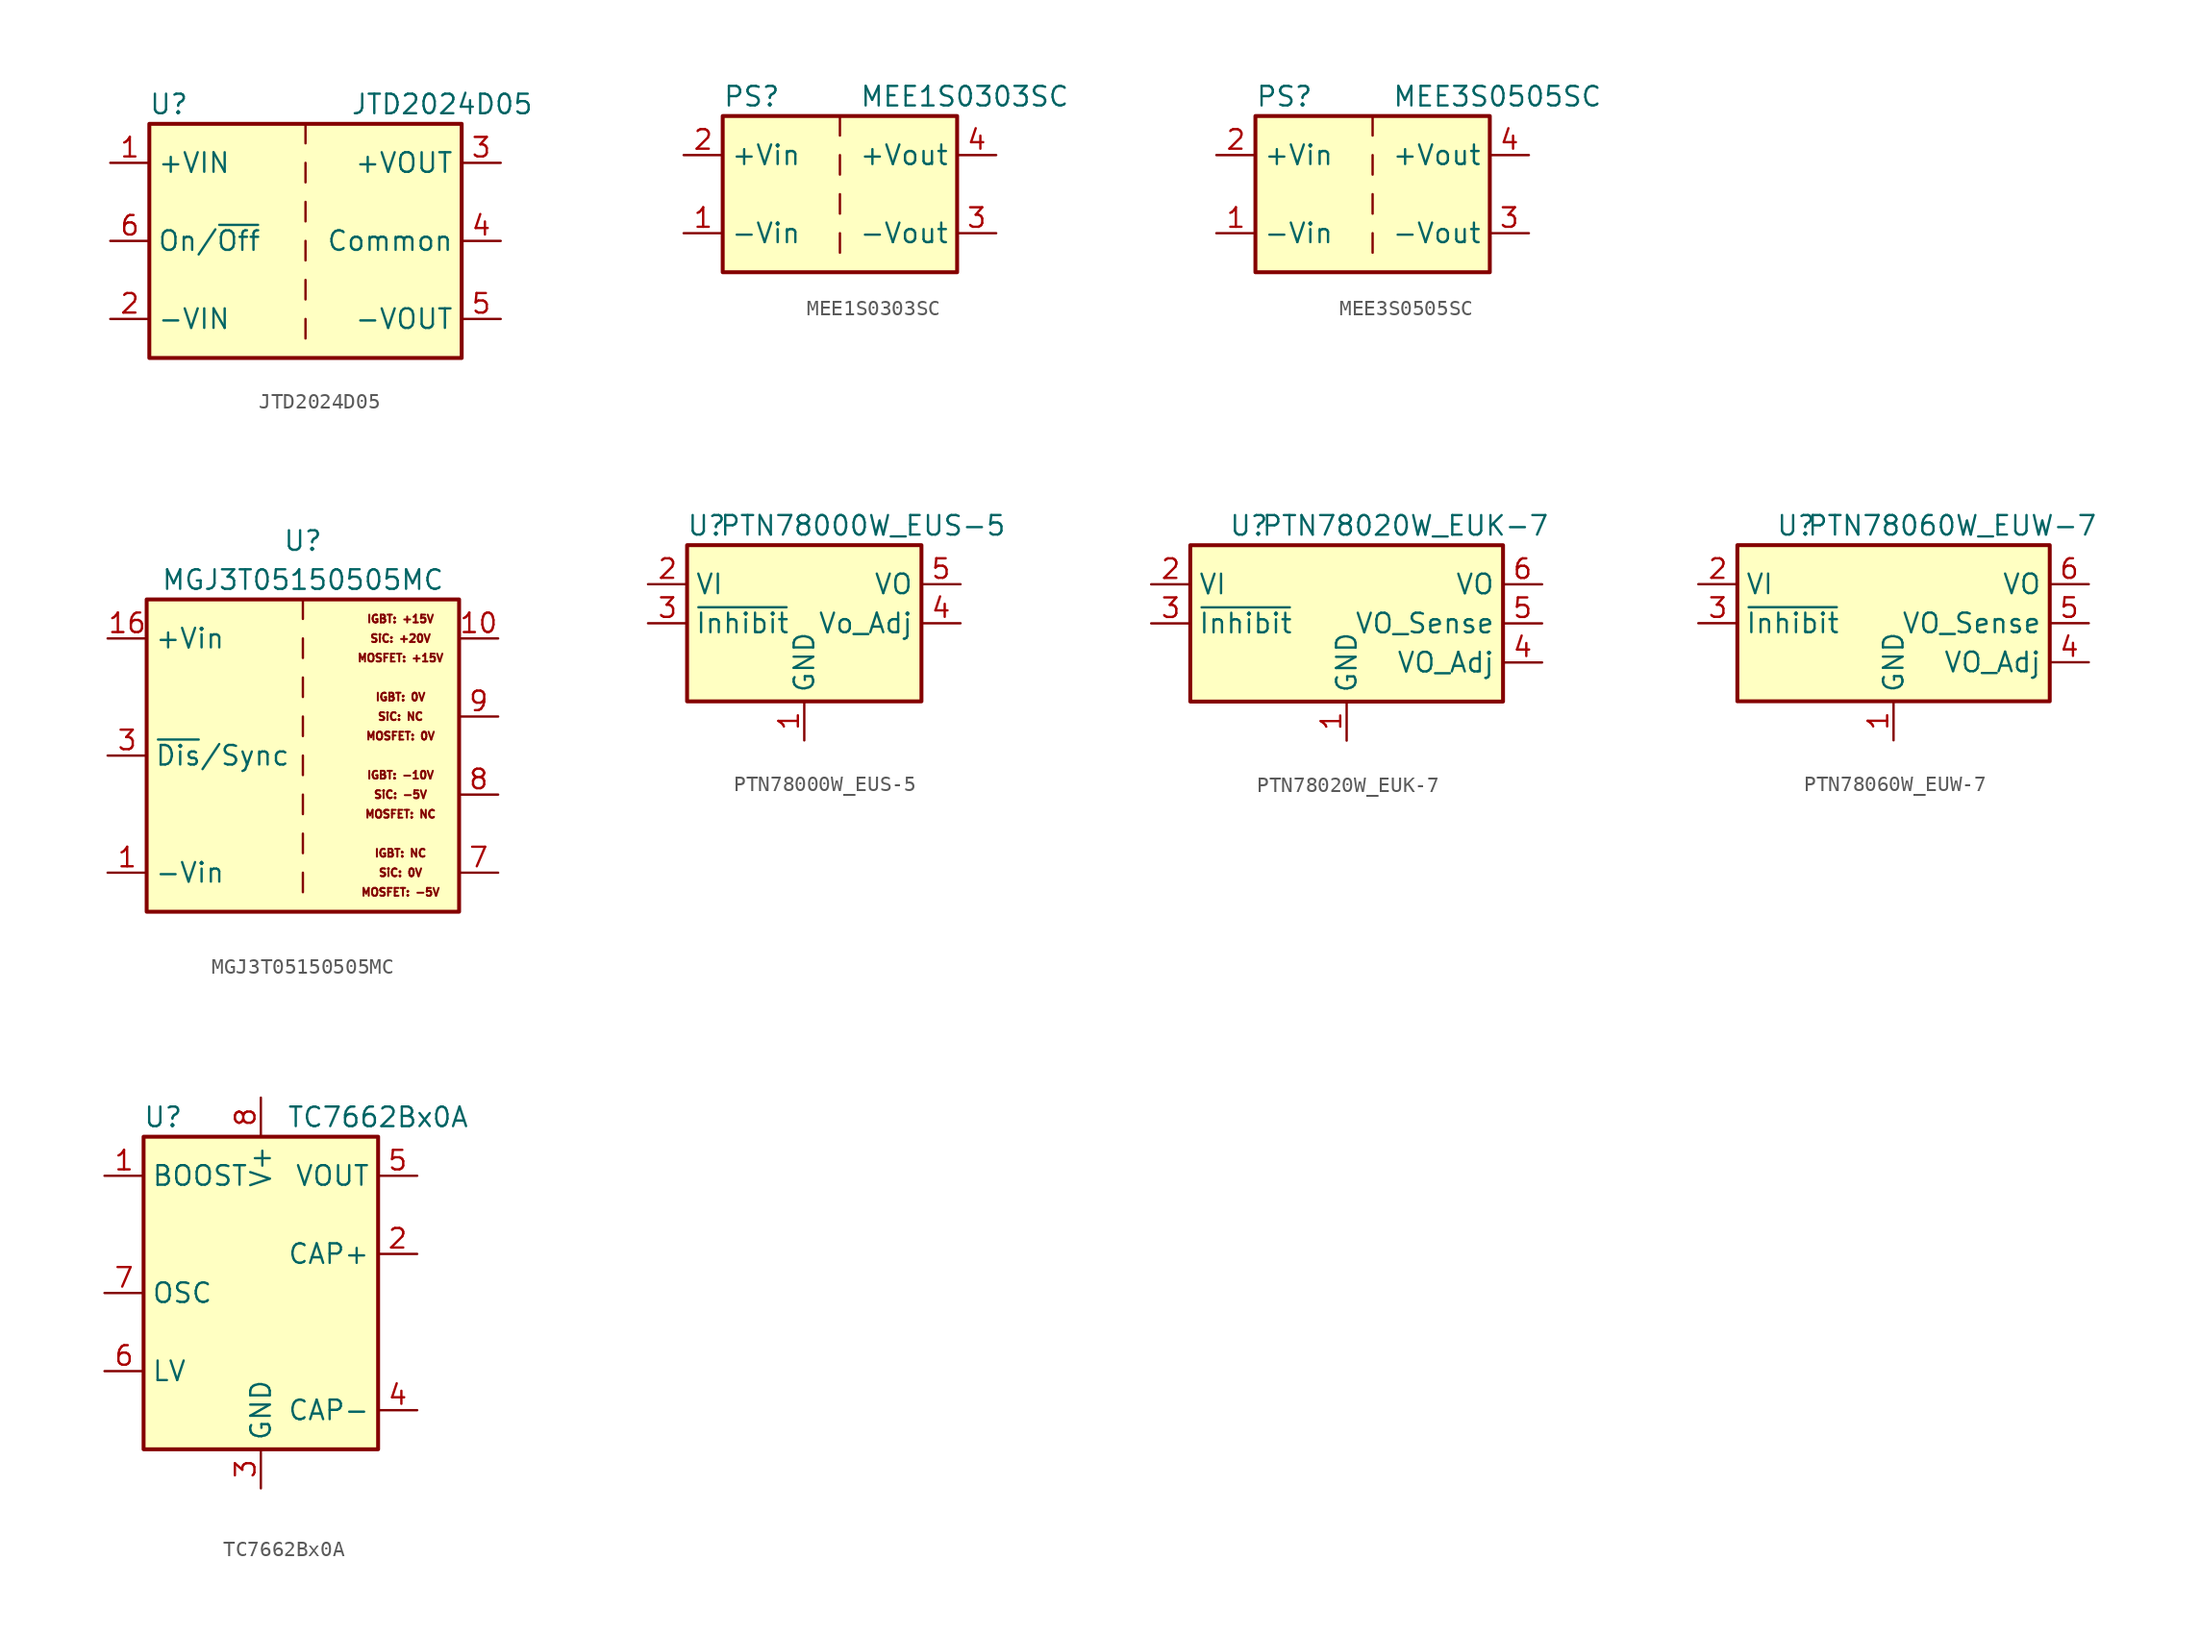
<source format=kicad_sym>
(kicad_symbol_lib
  (version 20201005)
  (generator kicad_symbol_editor)
  (symbol "JTD2024D05"
    (property "Reference" "U"
      (at -8.89 8.89 0)
      (effects (font (size 1.27 1.27))))
    (property "Value" "JTD2024D05"
      (at 8.89 8.89 0)
      (effects (font (size 1.27 1.27))))
    (symbol "JTD2024D05_0_1"
      (rectangle (start -10.16 7.62) (end 10.16 -7.62) (stroke (width 0.254)) (fill (type background)))
      (polyline (pts (xy 0 -5.08) (xy 0 -6.35)) (stroke (width 0)) (fill (type none)))
      (polyline (pts (xy 0 -2.54) (xy 0 -3.81)) (stroke (width 0)) (fill (type none)))
      (polyline (pts (xy 0 0) (xy 0 -1.27)) (stroke (width 0)) (fill (type none)))
      (polyline (pts (xy 0 2.54) (xy 0 1.27)) (stroke (width 0)) (fill (type none)))
      (polyline (pts (xy 0 5.08) (xy 0 3.81)) (stroke (width 0)) (fill (type none)))
      (polyline (pts (xy 0 7.62) (xy 0 6.35)) (stroke (width 0)) (fill (type none))))
    (symbol "JTD2024D05_1_1"
      (pin power_in line (at -12.7 5.08 0) (length 2.54) (name "+VIN" (effects (font (size 1.27 1.27)))) (number "1" (effects (font (size 1.27 1.27)))))
      (pin power_in line (at -12.7 -5.08 0) (length 2.54) (name "-VIN" (effects (font (size 1.27 1.27)))) (number "2" (effects (font (size 1.27 1.27)))))
      (pin power_out line (at 12.7 5.08 180) (length 2.54) (name "+VOUT" (effects (font (size 1.27 1.27)))) (number "3" (effects (font (size 1.27 1.27)))))
      (pin power_out line (at 12.7 0 180) (length 2.54) (name "Common" (effects (font (size 1.27 1.27)))) (number "4" (effects (font (size 1.27 1.27)))))
      (pin power_out line (at 12.7 -5.08 180) (length 2.54) (name "-VOUT" (effects (font (size 1.27 1.27)))) (number "5" (effects (font (size 1.27 1.27)))))
      (pin input line (at -12.7 0 0) (length 2.54) (name "On/~Off" (effects (font (size 1.27 1.27)))) (number "6" (effects (font (size 1.27 1.27)))))))
  (symbol "MEE1S0303SC"
    (property "Reference" "PS"
      (at -7.62 6.35 0)
      (effects (font (size 1.27 1.27)) (justify left)))
    (property "Value" "MEE1S0303SC"
      (at 1.27 6.35 0)
      (effects (font (size 1.27 1.27)) (justify left)))
    (symbol "MEE1S0303SC_0_0"
      (pin power_in line (at -10.16 -2.54 0) (length 2.54) (name "-Vin" (effects (font (size 1.27 1.27)))) (number "1" (effects (font (size 1.27 1.27)))))
      (pin power_in line (at -10.16 2.54 0) (length 2.54) (name "+Vin" (effects (font (size 1.27 1.27)))) (number "2" (effects (font (size 1.27 1.27)))))
      (pin power_out line (at 10.16 -2.54 180) (length 2.54) (name "-Vout" (effects (font (size 1.27 1.27)))) (number "3" (effects (font (size 1.27 1.27)))))
      (pin power_out line (at 10.16 2.54 180) (length 2.54) (name "+Vout" (effects (font (size 1.27 1.27)))) (number "4" (effects (font (size 1.27 1.27))))))
    (symbol "MEE1S0303SC_0_1"
      (rectangle (start -7.62 5.08) (end 7.62 -5.08) (stroke (width 0.254)) (fill (type background)))
      (polyline (pts (xy 0 -2.54) (xy 0 -3.81)) (stroke (width 0)) (fill (type none)))
      (polyline (pts (xy 0 0) (xy 0 -1.27)) (stroke (width 0)) (fill (type none)))
      (polyline (pts (xy 0 2.54) (xy 0 1.27)) (stroke (width 0)) (fill (type none)))
      (polyline (pts (xy 0 5.08) (xy 0 3.81)) (stroke (width 0)) (fill (type none)))))
  (symbol "MEE3S0505SC"
    (property "Reference" "PS"
      (at -7.62 6.35 0)
      (effects (font (size 1.27 1.27)) (justify left)))
    (property "Value" "MEE3S0505SC"
      (at 1.27 6.35 0)
      (effects (font (size 1.27 1.27)) (justify left)))
    (symbol "MEE3S0505SC_0_0"
      (pin power_in line (at -10.16 -2.54 0) (length 2.54) (name "-Vin" (effects (font (size 1.27 1.27)))) (number "1" (effects (font (size 1.27 1.27)))))
      (pin power_in line (at -10.16 2.54 0) (length 2.54) (name "+Vin" (effects (font (size 1.27 1.27)))) (number "2" (effects (font (size 1.27 1.27)))))
      (pin power_out line (at 10.16 -2.54 180) (length 2.54) (name "-Vout" (effects (font (size 1.27 1.27)))) (number "3" (effects (font (size 1.27 1.27)))))
      (pin power_out line (at 10.16 2.54 180) (length 2.54) (name "+Vout" (effects (font (size 1.27 1.27)))) (number "4" (effects (font (size 1.27 1.27))))))
    (symbol "MEE3S0505SC_0_1"
      (rectangle (start -7.62 5.08) (end 7.62 -5.08) (stroke (width 0.254)) (fill (type background)))
      (polyline (pts (xy 0 -2.54) (xy 0 -3.81)) (stroke (width 0)) (fill (type none)))
      (polyline (pts (xy 0 0) (xy 0 -1.27)) (stroke (width 0)) (fill (type none)))
      (polyline (pts (xy 0 2.54) (xy 0 1.27)) (stroke (width 0)) (fill (type none)))
      (polyline (pts (xy 0 5.08) (xy 0 3.81)) (stroke (width 0)) (fill (type none)))))
  (symbol "MGJ3T05150505MC"
    (property "Reference" "U"
      (at 0 13.97 0)
      (effects (font (size 1.27 1.27))))
    (property "Value" "MGJ3T05150505MC"
      (at 0 11.43 0)
      (effects (font (size 1.27 1.27))))
    (symbol "MGJ3T05150505MC_0_0"
      (text "IGBT: +15V" (at 6.35 8.89 0) (effects (font (size 0.508 0.508))))
      (text "IGBT: -10V" (at 6.35 -1.27 0) (effects (font (size 0.508 0.508))))
      (text "IGBT: 0V" (at 6.35 3.81 0) (effects (font (size 0.508 0.508))))
      (text "IGBT: NC" (at 6.35 -6.35 0) (effects (font (size 0.508 0.508))))
      (text "MOSFET: +15V" (at 6.35 6.35 0) (effects (font (size 0.508 0.508))))
      (text "MOSFET: -5V" (at 6.35 -8.89 0) (effects (font (size 0.508 0.508))))
      (text "MOSFET: 0V" (at 6.35 1.27 0) (effects (font (size 0.508 0.508))))
      (text "MOSFET: NC" (at 6.35 -3.81 0) (effects (font (size 0.508 0.508))))
      (text "SiC: +20V" (at 6.35 7.62 0) (effects (font (size 0.508 0.508))))
      (text "SiC: -5V" (at 6.35 -2.54 0) (effects (font (size 0.508 0.508))))
      (text "SiC: 0V" (at 6.35 -7.62 0) (effects (font (size 0.508 0.508))))
      (text "SiC: NC" (at 6.35 2.54 0) (effects (font (size 0.508 0.508)))))
    (symbol "MGJ3T05150505MC_0_1"
      (rectangle (start -10.16 10.16) (end 10.16 -10.16) (stroke (width 0.254)) (fill (type background)))
      (polyline (pts (xy 0 -7.62) (xy 0 -8.89)) (stroke (width 0)) (fill (type none)))
      (polyline (pts (xy 0 -5.08) (xy 0 -6.35)) (stroke (width 0)) (fill (type none)))
      (polyline (pts (xy 0 -2.54) (xy 0 -3.81)) (stroke (width 0)) (fill (type none)))
      (polyline (pts (xy 0 0) (xy 0 -1.27)) (stroke (width 0)) (fill (type none)))
      (polyline (pts (xy 0 2.54) (xy 0 1.27)) (stroke (width 0)) (fill (type none)))
      (polyline (pts (xy 0 5.08) (xy 0 3.81)) (stroke (width 0)) (fill (type none)))
      (polyline (pts (xy 0 7.62) (xy 0 6.35)) (stroke (width 0)) (fill (type none)))
      (polyline (pts (xy 0 10.16) (xy 0 8.89)) (stroke (width 0)) (fill (type none))))
    (symbol "MGJ3T05150505MC_1_1"
      (pin power_in line (at -12.7 -7.62 0) (length 2.54) (name "-Vin" (effects (font (size 1.27 1.27)))) (number "1" (effects (font (size 1.27 1.27)))))
      (pin power_out line (at 12.7 7.62 180) (length 2.54) (name "~" (effects (font (size 1.27 1.27)))) (number "10" (effects (font (size 1.27 1.27)))))
      (pin power_in line (at -12.7 7.62 0) (length 2.54) (name "+Vin" (effects (font (size 1.27 1.27)))) (number "16" (effects (font (size 1.27 1.27)))))
      (pin input line (at -12.7 0 0) (length 2.54) (name "~Dis~/Sync" (effects (font (size 1.27 1.27)))) (number "3" (effects (font (size 1.27 1.27)))))
      (pin power_out line (at 12.7 -7.62 180) (length 2.54) (name "~" (effects (font (size 1.27 1.27)))) (number "7" (effects (font (size 1.27 1.27)))))
      (pin power_out line (at 12.7 -2.54 180) (length 2.54) (name "~" (effects (font (size 1.27 1.27)))) (number "8" (effects (font (size 1.27 1.27)))))
      (pin power_out line (at 12.7 2.54 180) (length 2.54) (name "~" (effects (font (size 1.27 1.27)))) (number "9" (effects (font (size 1.27 1.27)))))))
  (symbol "PTN78000W_EUS-5"
    (property "Reference" "U"
      (at -6.35 6.35 0)
      (effects (font (size 1.27 1.27))))
    (property "Value" "PTN78000W_EUS-5"
      (at 3.81 6.35 0)
      (effects (font (size 1.27 1.27))))
    (symbol "PTN78000W_EUS-5_0_1"
      (rectangle (start -7.62 5.08) (end 7.62 -5.08) (stroke (width 0.254)) (fill (type background))))
    (symbol "PTN78000W_EUS-5_1_1"
      (pin power_in line (at 0 -7.62 90) (length 2.54) (name "GND" (effects (font (size 1.27 1.27)))) (number "1" (effects (font (size 1.27 1.27)))))
      (pin power_in line (at -10.16 2.54 0) (length 2.54) (name "VI" (effects (font (size 1.27 1.27)))) (number "2" (effects (font (size 1.27 1.27)))))
      (pin input line (at -10.16 0 0) (length 2.54) (name "~Inhibit" (effects (font (size 1.27 1.27)))) (number "3" (effects (font (size 1.27 1.27)))))
      (pin output line (at 10.16 0 180) (length 2.54) (name "Vo_Adj" (effects (font (size 1.27 1.27)))) (number "4" (effects (font (size 1.27 1.27)))))
      (pin power_out line (at 10.16 2.54 180) (length 2.54) (name "VO" (effects (font (size 1.27 1.27)))) (number "5" (effects (font (size 1.27 1.27)))))))
  (symbol "PTN78020W_EUK-7"
    (property "Reference" "U"
      (at -6.35 6.35 0)
      (effects (font (size 1.27 1.27))))
    (property "Value" "PTN78020W_EUK-7"
      (at 3.81 6.35 0)
      (effects (font (size 1.27 1.27))))
    (symbol "PTN78020W_EUK-7_0_1"
      (rectangle (start -10.16 5.08) (end 10.16 -5.08) (stroke (width 0.254)) (fill (type background))))
    (symbol "PTN78020W_EUK-7_1_1"
      (pin power_in line (at 0 -7.62 90) (length 2.54) (name "GND" (effects (font (size 1.27 1.27)))) (number "1" (effects (font (size 1.27 1.27)))))
      (pin power_in line (at -12.7 2.54 0) (length 2.54) (name "VI" (effects (font (size 1.27 1.27)))) (number "2" (effects (font (size 1.27 1.27)))))
      (pin input line (at -12.7 0 0) (length 2.54) (name "~Inhibit" (effects (font (size 1.27 1.27)))) (number "3" (effects (font (size 1.27 1.27)))))
      (pin input line (at 12.7 -2.54 180) (length 2.54) (name "VO_Adj" (effects (font (size 1.27 1.27)))) (number "4" (effects (font (size 1.27 1.27)))))
      (pin power_out line (at 12.7 0 180) (length 2.54) (name "VO_Sense" (effects (font (size 1.27 1.27)))) (number "5" (effects (font (size 1.27 1.27)))))
      (pin power_out line (at 12.7 2.54 180) (length 2.54) (name "VO" (effects (font (size 1.27 1.27)))) (number "6" (effects (font (size 1.27 1.27)))))
      (pin passive line (at 0 -7.62 90) (length 2.54) hide (name "GND" (effects (font (size 1.27 1.27)))) (number "7" (effects (font (size 1.27 1.27)))))))
  (symbol "PTN78060W_EUW-7"
    (property "Reference" "U"
      (at -6.35 6.35 0)
      (effects (font (size 1.27 1.27))))
    (property "Value" "PTN78060W_EUW-7"
      (at 3.81 6.35 0)
      (effects (font (size 1.27 1.27))))
    (symbol "PTN78060W_EUW-7_0_1"
      (rectangle (start -10.16 5.08) (end 10.16 -5.08) (stroke (width 0.254)) (fill (type background))))
    (symbol "PTN78060W_EUW-7_1_1"
      (pin power_in line (at 0 -7.62 90) (length 2.54) (name "GND" (effects (font (size 1.27 1.27)))) (number "1" (effects (font (size 1.27 1.27)))))
      (pin power_in line (at -12.7 2.54 0) (length 2.54) (name "VI" (effects (font (size 1.27 1.27)))) (number "2" (effects (font (size 1.27 1.27)))))
      (pin input line (at -12.7 0 0) (length 2.54) (name "~Inhibit" (effects (font (size 1.27 1.27)))) (number "3" (effects (font (size 1.27 1.27)))))
      (pin input line (at 12.7 -2.54 180) (length 2.54) (name "VO_Adj" (effects (font (size 1.27 1.27)))) (number "4" (effects (font (size 1.27 1.27)))))
      (pin power_out line (at 12.7 0 180) (length 2.54) (name "VO_Sense" (effects (font (size 1.27 1.27)))) (number "5" (effects (font (size 1.27 1.27)))))
      (pin power_out line (at 12.7 2.54 180) (length 2.54) (name "VO" (effects (font (size 1.27 1.27)))) (number "6" (effects (font (size 1.27 1.27)))))
      (pin passive line (at 0 -7.62 90) (length 2.54) hide (name "GND" (effects (font (size 1.27 1.27)))) (number "7" (effects (font (size 1.27 1.27)))))))
  (symbol "TC7662Bx0A"
    (property "Reference" "U"
      (at -6.35 11.43 0)
      (effects (font (size 1.27 1.27))))
    (property "Value" "TC7662Bx0A"
      (at 7.62 11.43 0)
      (effects (font (size 1.27 1.27))))
    (symbol "TC7662Bx0A_0_1"
      (rectangle (start -7.62 10.16) (end 7.62 -10.16) (stroke (width 0.254)) (fill (type background))))
    (symbol "TC7662Bx0A_1_1"
      (pin input line (at -10.16 7.62 0) (length 2.54) (name "BOOST" (effects (font (size 1.27 1.27)))) (number "1" (effects (font (size 1.27 1.27)))))
      (pin passive line (at 10.16 2.54 180) (length 2.54) (name "CAP+" (effects (font (size 1.27 1.27)))) (number "2" (effects (font (size 1.27 1.27)))))
      (pin power_in line (at 0 -12.7 90) (length 2.54) (name "GND" (effects (font (size 1.27 1.27)))) (number "3" (effects (font (size 1.27 1.27)))))
      (pin passive line (at 10.16 -7.62 180) (length 2.54) (name "CAP-" (effects (font (size 1.27 1.27)))) (number "4" (effects (font (size 1.27 1.27)))))
      (pin power_out line (at 10.16 7.62 180) (length 2.54) (name "VOUT" (effects (font (size 1.27 1.27)))) (number "5" (effects (font (size 1.27 1.27)))))
      (pin input line (at -10.16 -5.08 0) (length 2.54) (name "LV" (effects (font (size 1.27 1.27)))) (number "6" (effects (font (size 1.27 1.27)))))
      (pin passive line (at -10.16 0 0) (length 2.54) (name "OSC" (effects (font (size 1.27 1.27)))) (number "7" (effects (font (size 1.27 1.27)))))
      (pin power_in line (at 0 12.7 270) (length 2.54) (name "V+" (effects (font (size 1.27 1.27)))) (number "8" (effects (font (size 1.27 1.27))))))))
</source>
